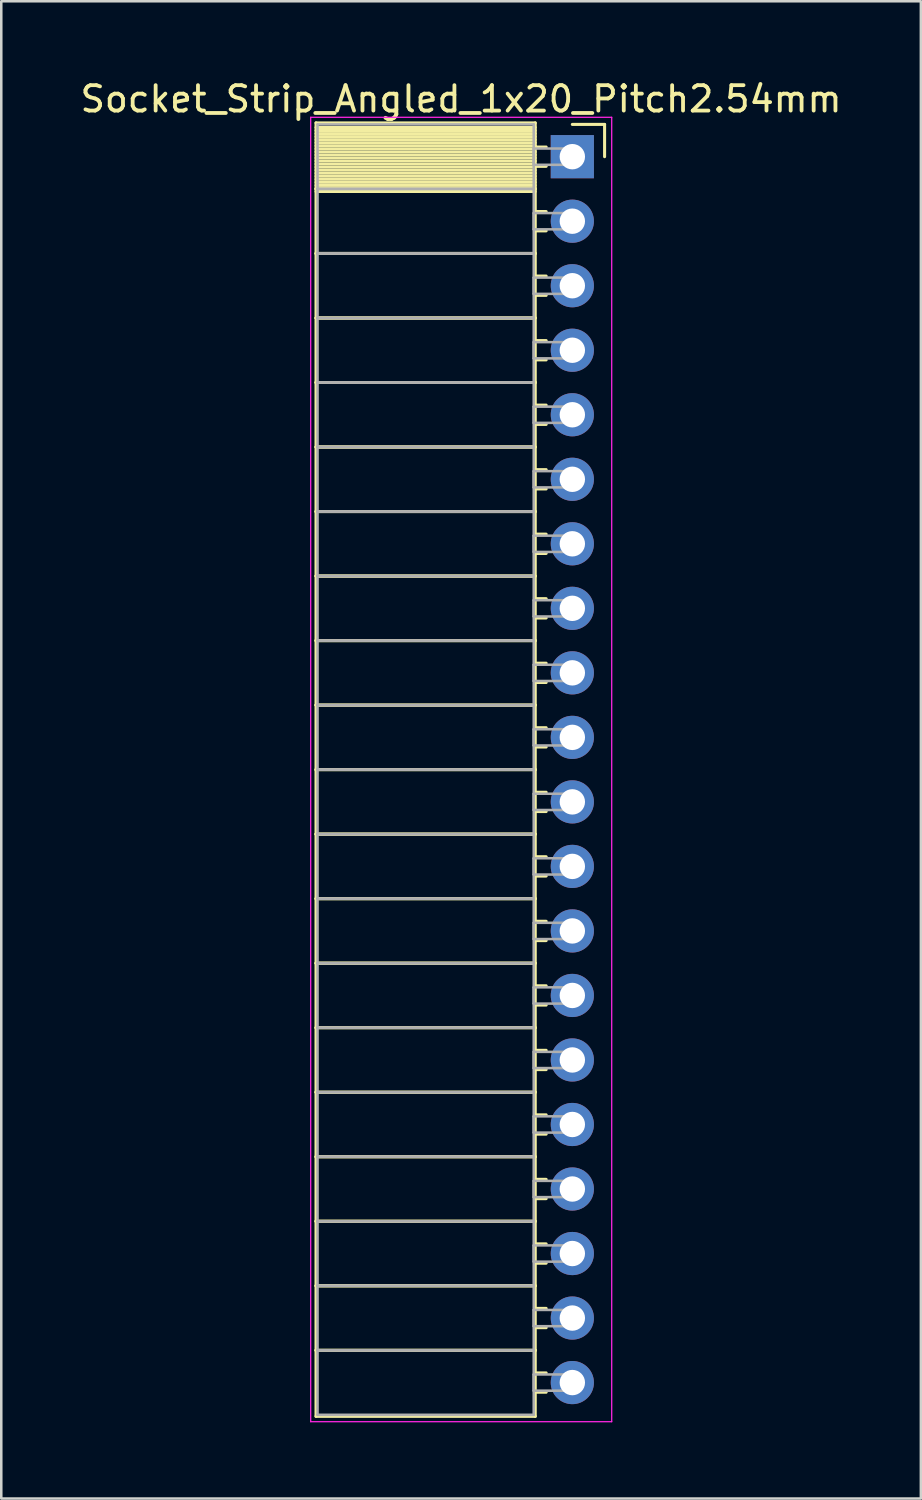
<source format=kicad_pcb>
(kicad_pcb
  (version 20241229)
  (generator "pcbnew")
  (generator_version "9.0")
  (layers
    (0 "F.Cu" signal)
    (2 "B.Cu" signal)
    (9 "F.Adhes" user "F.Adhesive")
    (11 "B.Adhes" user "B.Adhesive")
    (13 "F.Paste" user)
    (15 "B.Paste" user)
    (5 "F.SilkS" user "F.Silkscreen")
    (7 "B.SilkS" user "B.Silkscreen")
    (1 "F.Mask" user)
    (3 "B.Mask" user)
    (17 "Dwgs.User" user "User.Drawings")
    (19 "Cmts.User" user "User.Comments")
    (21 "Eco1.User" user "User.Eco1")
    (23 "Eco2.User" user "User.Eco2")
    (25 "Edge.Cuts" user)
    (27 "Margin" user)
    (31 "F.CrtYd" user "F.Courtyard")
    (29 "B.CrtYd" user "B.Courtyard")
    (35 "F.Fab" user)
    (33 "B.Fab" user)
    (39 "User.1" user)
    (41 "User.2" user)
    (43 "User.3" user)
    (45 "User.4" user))
  (footprint "Socket_Strip_Angled_1x20_Pitch2.54mm"
    (layer "F.Cu")
    (at 19.481 3.118)
    (property "Reference" "Socket_Strip_Angled_1x20_Pitch2.54mm" (at -4.38 -2.27 0) (layer "F.SilkS") (effects (font (size 1 1) (thickness 0.15))))
    (attr through_hole)
    (fp_line (start -10.09 -1.33) (end -1.46 -1.33) (stroke (width 0.12) (type solid)) (layer "F.SilkS"))
    (fp_line (start -10.09 1.27) (end -10.09 -1.33) (stroke (width 0.12) (type solid)) (layer "F.SilkS"))
    (fp_line (start -10.09 1.27) (end -1.46 1.27) (stroke (width 0.12) (type solid)) (layer "F.SilkS"))
    (fp_line (start -10.09 3.81) (end -10.09 1.27) (stroke (width 0.12) (type solid)) (layer "F.SilkS"))
    (fp_line (start -10.09 3.81) (end -1.46 3.81) (stroke (width 0.12) (type solid)) (layer "F.SilkS"))
    (fp_line (start -10.09 6.35) (end -10.09 3.81) (stroke (width 0.12) (type solid)) (layer "F.SilkS"))
    (fp_line (start -10.09 6.35) (end -1.46 6.35) (stroke (width 0.12) (type solid)) (layer "F.SilkS"))
    (fp_line (start -10.09 8.89) (end -10.09 6.35) (stroke (width 0.12) (type solid)) (layer "F.SilkS"))
    (fp_line (start -10.09 8.89) (end -1.46 8.89) (stroke (width 0.12) (type solid)) (layer "F.SilkS"))
    (fp_line (start -10.09 11.43) (end -10.09 8.89) (stroke (width 0.12) (type solid)) (layer "F.SilkS"))
    (fp_line (start -10.09 11.43) (end -1.46 11.43) (stroke (width 0.12) (type solid)) (layer "F.SilkS"))
    (fp_line (start -10.09 13.97) (end -10.09 11.43) (stroke (width 0.12) (type solid)) (layer "F.SilkS"))
    (fp_line (start -10.09 13.97) (end -1.46 13.97) (stroke (width 0.12) (type solid)) (layer "F.SilkS"))
    (fp_line (start -10.09 16.51) (end -10.09 13.97) (stroke (width 0.12) (type solid)) (layer "F.SilkS"))
    (fp_line (start -10.09 16.51) (end -1.46 16.51) (stroke (width 0.12) (type solid)) (layer "F.SilkS"))
    (fp_line (start -10.09 19.05) (end -10.09 16.51) (stroke (width 0.12) (type solid)) (layer "F.SilkS"))
    (fp_line (start -10.09 19.05) (end -1.46 19.05) (stroke (width 0.12) (type solid)) (layer "F.SilkS"))
    (fp_line (start -10.09 21.59) (end -10.09 19.05) (stroke (width 0.12) (type solid)) (layer "F.SilkS"))
    (fp_line (start -10.09 21.59) (end -1.46 21.59) (stroke (width 0.12) (type solid)) (layer "F.SilkS"))
    (fp_line (start -10.09 24.13) (end -10.09 21.59) (stroke (width 0.12) (type solid)) (layer "F.SilkS"))
    (fp_line (start -10.09 24.13) (end -1.46 24.13) (stroke (width 0.12) (type solid)) (layer "F.SilkS"))
    (fp_line (start -10.09 26.67) (end -10.09 24.13) (stroke (width 0.12) (type solid)) (layer "F.SilkS"))
    (fp_line (start -10.09 26.67) (end -1.46 26.67) (stroke (width 0.12) (type solid)) (layer "F.SilkS"))
    (fp_line (start -10.09 29.21) (end -10.09 26.67) (stroke (width 0.12) (type solid)) (layer "F.SilkS"))
    (fp_line (start -10.09 29.21) (end -1.46 29.21) (stroke (width 0.12) (type solid)) (layer "F.SilkS"))
    (fp_line (start -10.09 31.75) (end -10.09 29.21) (stroke (width 0.12) (type solid)) (layer "F.SilkS"))
    (fp_line (start -10.09 31.75) (end -1.46 31.75) (stroke (width 0.12) (type solid)) (layer "F.SilkS"))
    (fp_line (start -10.09 34.29) (end -10.09 31.75) (stroke (width 0.12) (type solid)) (layer "F.SilkS"))
    (fp_line (start -10.09 34.29) (end -1.46 34.29) (stroke (width 0.12) (type solid)) (layer "F.SilkS"))
    (fp_line (start -10.09 36.83) (end -10.09 34.29) (stroke (width 0.12) (type solid)) (layer "F.SilkS"))
    (fp_line (start -10.09 36.83) (end -1.46 36.83) (stroke (width 0.12) (type solid)) (layer "F.SilkS"))
    (fp_line (start -10.09 39.37) (end -10.09 36.83) (stroke (width 0.12) (type solid)) (layer "F.SilkS"))
    (fp_line (start -10.09 39.37) (end -1.46 39.37) (stroke (width 0.12) (type solid)) (layer "F.SilkS"))
    (fp_line (start -10.09 41.91) (end -10.09 39.37) (stroke (width 0.12) (type solid)) (layer "F.SilkS"))
    (fp_line (start -10.09 41.91) (end -1.46 41.91) (stroke (width 0.12) (type solid)) (layer "F.SilkS"))
    (fp_line (start -10.09 44.45) (end -10.09 41.91) (stroke (width 0.12) (type solid)) (layer "F.SilkS"))
    (fp_line (start -10.09 44.45) (end -1.46 44.45) (stroke (width 0.12) (type solid)) (layer "F.SilkS"))
    (fp_line (start -10.09 46.99) (end -10.09 44.45) (stroke (width 0.12) (type solid)) (layer "F.SilkS"))
    (fp_line (start -10.09 46.99) (end -1.46 46.99) (stroke (width 0.12) (type solid)) (layer "F.SilkS"))
    (fp_line (start -10.09 49.59) (end -10.09 46.99) (stroke (width 0.12) (type solid)) (layer "F.SilkS"))
    (fp_line (start -1.46 -1.33) (end -1.46 1.27) (stroke (width 0.12) (type solid)) (layer "F.SilkS"))
    (fp_line (start -1.46 -1.15) (end -10.09 -1.15) (stroke (width 0.12) (type solid)) (layer "F.SilkS"))
    (fp_line (start -1.46 -1.03) (end -10.09 -1.03) (stroke (width 0.12) (type solid)) (layer "F.SilkS"))
    (fp_line (start -1.46 -0.91) (end -10.09 -0.91) (stroke (width 0.12) (type solid)) (layer "F.SilkS"))
    (fp_line (start -1.46 -0.79) (end -10.09 -0.79) (stroke (width 0.12) (type solid)) (layer "F.SilkS"))
    (fp_line (start -1.46 -0.67) (end -10.09 -0.67) (stroke (width 0.12) (type solid)) (layer "F.SilkS"))
    (fp_line (start -1.46 -0.55) (end -10.09 -0.55) (stroke (width 0.12) (type solid)) (layer "F.SilkS"))
    (fp_line (start -1.46 -0.43) (end -10.09 -0.43) (stroke (width 0.12) (type solid)) (layer "F.SilkS"))
    (fp_line (start -1.46 -0.31) (end -10.09 -0.31) (stroke (width 0.12) (type solid)) (layer "F.SilkS"))
    (fp_line (start -1.46 -0.19) (end -10.09 -0.19) (stroke (width 0.12) (type solid)) (layer "F.SilkS"))
    (fp_line (start -1.46 -0.07) (end -10.09 -0.07) (stroke (width 0.12) (type solid)) (layer "F.SilkS"))
    (fp_line (start -1.46 0.05) (end -10.09 0.05) (stroke (width 0.12) (type solid)) (layer "F.SilkS"))
    (fp_line (start -1.46 0.17) (end -10.09 0.17) (stroke (width 0.12) (type solid)) (layer "F.SilkS"))
    (fp_line (start -1.46 0.29) (end -10.09 0.29) (stroke (width 0.12) (type solid)) (layer "F.SilkS"))
    (fp_line (start -1.46 0.41) (end -10.09 0.41) (stroke (width 0.12) (type solid)) (layer "F.SilkS"))
    (fp_line (start -1.46 0.53) (end -10.09 0.53) (stroke (width 0.12) (type solid)) (layer "F.SilkS"))
    (fp_line (start -1.46 0.65) (end -10.09 0.65) (stroke (width 0.12) (type solid)) (layer "F.SilkS"))
    (fp_line (start -1.46 0.77) (end -10.09 0.77) (stroke (width 0.12) (type solid)) (layer "F.SilkS"))
    (fp_line (start -1.46 0.89) (end -10.09 0.89) (stroke (width 0.12) (type solid)) (layer "F.SilkS"))
    (fp_line (start -1.46 1.01) (end -10.09 1.01) (stroke (width 0.12) (type solid)) (layer "F.SilkS"))
    (fp_line (start -1.46 1.13) (end -10.09 1.13) (stroke (width 0.12) (type solid)) (layer "F.SilkS"))
    (fp_line (start -1.46 1.25) (end -10.09 1.25) (stroke (width 0.12) (type solid)) (layer "F.SilkS"))
    (fp_line (start -1.46 1.27) (end -10.09 1.27) (stroke (width 0.12) (type solid)) (layer "F.SilkS"))
    (fp_line (start -1.46 1.27) (end -1.46 3.81) (stroke (width 0.12) (type solid)) (layer "F.SilkS"))
    (fp_line (start -1.46 1.37) (end -10.09 1.37) (stroke (width 0.12) (type solid)) (layer "F.SilkS"))
    (fp_line (start -1.46 3.81) (end -10.09 3.81) (stroke (width 0.12) (type solid)) (layer "F.SilkS"))
    (fp_line (start -1.46 3.81) (end -1.46 6.35) (stroke (width 0.12) (type solid)) (layer "F.SilkS"))
    (fp_line (start -1.46 6.35) (end -10.09 6.35) (stroke (width 0.12) (type solid)) (layer "F.SilkS"))
    (fp_line (start -1.46 6.35) (end -1.46 8.89) (stroke (width 0.12) (type solid)) (layer "F.SilkS"))
    (fp_line (start -1.46 8.89) (end -10.09 8.89) (stroke (width 0.12) (type solid)) (layer "F.SilkS"))
    (fp_line (start -1.46 8.89) (end -1.46 11.43) (stroke (width 0.12) (type solid)) (layer "F.SilkS"))
    (fp_line (start -1.46 11.43) (end -10.09 11.43) (stroke (width 0.12) (type solid)) (layer "F.SilkS"))
    (fp_line (start -1.46 11.43) (end -1.46 13.97) (stroke (width 0.12) (type solid)) (layer "F.SilkS"))
    (fp_line (start -1.46 13.97) (end -10.09 13.97) (stroke (width 0.12) (type solid)) (layer "F.SilkS"))
    (fp_line (start -1.46 13.97) (end -1.46 16.51) (stroke (width 0.12) (type solid)) (layer "F.SilkS"))
    (fp_line (start -1.46 16.51) (end -10.09 16.51) (stroke (width 0.12) (type solid)) (layer "F.SilkS"))
    (fp_line (start -1.46 16.51) (end -1.46 19.05) (stroke (width 0.12) (type solid)) (layer "F.SilkS"))
    (fp_line (start -1.46 19.05) (end -10.09 19.05) (stroke (width 0.12) (type solid)) (layer "F.SilkS"))
    (fp_line (start -1.46 19.05) (end -1.46 21.59) (stroke (width 0.12) (type solid)) (layer "F.SilkS"))
    (fp_line (start -1.46 21.59) (end -10.09 21.59) (stroke (width 0.12) (type solid)) (layer "F.SilkS"))
    (fp_line (start -1.46 21.59) (end -1.46 24.13) (stroke (width 0.12) (type solid)) (layer "F.SilkS"))
    (fp_line (start -1.46 24.13) (end -10.09 24.13) (stroke (width 0.12) (type solid)) (layer "F.SilkS"))
    (fp_line (start -1.46 24.13) (end -1.46 26.67) (stroke (width 0.12) (type solid)) (layer "F.SilkS"))
    (fp_line (start -1.46 26.67) (end -10.09 26.67) (stroke (width 0.12) (type solid)) (layer "F.SilkS"))
    (fp_line (start -1.46 26.67) (end -1.46 29.21) (stroke (width 0.12) (type solid)) (layer "F.SilkS"))
    (fp_line (start -1.46 29.21) (end -10.09 29.21) (stroke (width 0.12) (type solid)) (layer "F.SilkS"))
    (fp_line (start -1.46 29.21) (end -1.46 31.75) (stroke (width 0.12) (type solid)) (layer "F.SilkS"))
    (fp_line (start -1.46 31.75) (end -10.09 31.75) (stroke (width 0.12) (type solid)) (layer "F.SilkS"))
    (fp_line (start -1.46 31.75) (end -1.46 34.29) (stroke (width 0.12) (type solid)) (layer "F.SilkS"))
    (fp_line (start -1.46 34.29) (end -10.09 34.29) (stroke (width 0.12) (type solid)) (layer "F.SilkS"))
    (fp_line (start -1.46 34.29) (end -1.46 36.83) (stroke (width 0.12) (type solid)) (layer "F.SilkS"))
    (fp_line (start -1.46 36.83) (end -10.09 36.83) (stroke (width 0.12) (type solid)) (layer "F.SilkS"))
    (fp_line (start -1.46 36.83) (end -1.46 39.37) (stroke (width 0.12) (type solid)) (layer "F.SilkS"))
    (fp_line (start -1.46 39.37) (end -10.09 39.37) (stroke (width 0.12) (type solid)) (layer "F.SilkS"))
    (fp_line (start -1.46 39.37) (end -1.46 41.91) (stroke (width 0.12) (type solid)) (layer "F.SilkS"))
    (fp_line (start -1.46 41.91) (end -10.09 41.91) (stroke (width 0.12) (type solid)) (layer "F.SilkS"))
    (fp_line (start -1.46 41.91) (end -1.46 44.45) (stroke (width 0.12) (type solid)) (layer "F.SilkS"))
    (fp_line (start -1.46 44.45) (end -10.09 44.45) (stroke (width 0.12) (type solid)) (layer "F.SilkS"))
    (fp_line (start -1.46 44.45) (end -1.46 46.99) (stroke (width 0.12) (type solid)) (layer "F.SilkS"))
    (fp_line (start -1.46 46.99) (end -10.09 46.99) (stroke (width 0.12) (type solid)) (layer "F.SilkS"))
    (fp_line (start -1.46 46.99) (end -1.46 49.59) (stroke (width 0.12) (type solid)) (layer "F.SilkS"))
    (fp_line (start -1.46 49.59) (end -10.09 49.59) (stroke (width 0.12) (type solid)) (layer "F.SilkS"))
    (fp_line (start -1.03 -0.38) (end -1.46 -0.38) (stroke (width 0.12) (type solid)) (layer "F.SilkS"))
    (fp_line (start -1.03 0.38) (end -1.46 0.38) (stroke (width 0.12) (type solid)) (layer "F.SilkS"))
    (fp_line (start -1.03 2.16) (end -1.46 2.16) (stroke (width 0.12) (type solid)) (layer "F.SilkS"))
    (fp_line (start -1.03 2.92) (end -1.46 2.92) (stroke (width 0.12) (type solid)) (layer "F.SilkS"))
    (fp_line (start -1.03 4.7) (end -1.46 4.7) (stroke (width 0.12) (type solid)) (layer "F.SilkS"))
    (fp_line (start -1.03 5.46) (end -1.46 5.46) (stroke (width 0.12) (type solid)) (layer "F.SilkS"))
    (fp_line (start -1.03 7.24) (end -1.46 7.24) (stroke (width 0.12) (type solid)) (layer "F.SilkS"))
    (fp_line (start -1.03 8) (end -1.46 8) (stroke (width 0.12) (type solid)) (layer "F.SilkS"))
    (fp_line (start -1.03 9.78) (end -1.46 9.78) (stroke (width 0.12) (type solid)) (layer "F.SilkS"))
    (fp_line (start -1.03 10.54) (end -1.46 10.54) (stroke (width 0.12) (type solid)) (layer "F.SilkS"))
    (fp_line (start -1.03 12.32) (end -1.46 12.32) (stroke (width 0.12) (type solid)) (layer "F.SilkS"))
    (fp_line (start -1.03 13.08) (end -1.46 13.08) (stroke (width 0.12) (type solid)) (layer "F.SilkS"))
    (fp_line (start -1.03 14.86) (end -1.46 14.86) (stroke (width 0.12) (type solid)) (layer "F.SilkS"))
    (fp_line (start -1.03 15.62) (end -1.46 15.62) (stroke (width 0.12) (type solid)) (layer "F.SilkS"))
    (fp_line (start -1.03 17.4) (end -1.46 17.4) (stroke (width 0.12) (type solid)) (layer "F.SilkS"))
    (fp_line (start -1.03 18.16) (end -1.46 18.16) (stroke (width 0.12) (type solid)) (layer "F.SilkS"))
    (fp_line (start -1.03 19.94) (end -1.46 19.94) (stroke (width 0.12) (type solid)) (layer "F.SilkS"))
    (fp_line (start -1.03 20.7) (end -1.46 20.7) (stroke (width 0.12) (type solid)) (layer "F.SilkS"))
    (fp_line (start -1.03 22.48) (end -1.46 22.48) (stroke (width 0.12) (type solid)) (layer "F.SilkS"))
    (fp_line (start -1.03 23.24) (end -1.46 23.24) (stroke (width 0.12) (type solid)) (layer "F.SilkS"))
    (fp_line (start -1.03 25.02) (end -1.46 25.02) (stroke (width 0.12) (type solid)) (layer "F.SilkS"))
    (fp_line (start -1.03 25.78) (end -1.46 25.78) (stroke (width 0.12) (type solid)) (layer "F.SilkS"))
    (fp_line (start -1.03 27.56) (end -1.46 27.56) (stroke (width 0.12) (type solid)) (layer "F.SilkS"))
    (fp_line (start -1.03 28.32) (end -1.46 28.32) (stroke (width 0.12) (type solid)) (layer "F.SilkS"))
    (fp_line (start -1.03 30.1) (end -1.46 30.1) (stroke (width 0.12) (type solid)) (layer "F.SilkS"))
    (fp_line (start -1.03 30.86) (end -1.46 30.86) (stroke (width 0.12) (type solid)) (layer "F.SilkS"))
    (fp_line (start -1.03 32.64) (end -1.46 32.64) (stroke (width 0.12) (type solid)) (layer "F.SilkS"))
    (fp_line (start -1.03 33.4) (end -1.46 33.4) (stroke (width 0.12) (type solid)) (layer "F.SilkS"))
    (fp_line (start -1.03 35.18) (end -1.46 35.18) (stroke (width 0.12) (type solid)) (layer "F.SilkS"))
    (fp_line (start -1.03 35.94) (end -1.46 35.94) (stroke (width 0.12) (type solid)) (layer "F.SilkS"))
    (fp_line (start -1.03 37.72) (end -1.46 37.72) (stroke (width 0.12) (type solid)) (layer "F.SilkS"))
    (fp_line (start -1.03 38.48) (end -1.46 38.48) (stroke (width 0.12) (type solid)) (layer "F.SilkS"))
    (fp_line (start -1.03 40.26) (end -1.46 40.26) (stroke (width 0.12) (type solid)) (layer "F.SilkS"))
    (fp_line (start -1.03 41.02) (end -1.46 41.02) (stroke (width 0.12) (type solid)) (layer "F.SilkS"))
    (fp_line (start -1.03 42.8) (end -1.46 42.8) (stroke (width 0.12) (type solid)) (layer "F.SilkS"))
    (fp_line (start -1.03 43.56) (end -1.46 43.56) (stroke (width 0.12) (type solid)) (layer "F.SilkS"))
    (fp_line (start -1.03 45.34) (end -1.46 45.34) (stroke (width 0.12) (type solid)) (layer "F.SilkS"))
    (fp_line (start -1.03 46.1) (end -1.46 46.1) (stroke (width 0.12) (type solid)) (layer "F.SilkS"))
    (fp_line (start -1.03 47.88) (end -1.46 47.88) (stroke (width 0.12) (type solid)) (layer "F.SilkS"))
    (fp_line (start -1.03 48.64) (end -1.46 48.64) (stroke (width 0.12) (type solid)) (layer "F.SilkS"))
    (fp_line (start 0 -1.27) (end 1.27 -1.27) (stroke (width 0.12) (type solid)) (layer "F.SilkS"))
    (fp_line (start 1.27 -1.27) (end 1.27 0) (stroke (width 0.12) (type solid)) (layer "F.SilkS"))
    (fp_line (start -10.3 -1.55) (end 1.55 -1.55) (stroke (width 0.05) (type solid)) (layer "F.CrtYd"))
    (fp_line (start -10.3 49.8) (end -10.3 -1.55) (stroke (width 0.05) (type solid)) (layer "F.CrtYd"))
    (fp_line (start 1.55 -1.55) (end 1.55 49.8) (stroke (width 0.05) (type solid)) (layer "F.CrtYd"))
    (fp_line (start 1.55 49.8) (end -10.3 49.8) (stroke (width 0.05) (type solid)) (layer "F.CrtYd"))
    (fp_line (start -10.03 -1.27) (end -1.52 -1.27) (stroke (width 0.1) (type solid)) (layer "F.Fab"))
    (fp_line (start -10.03 1.27) (end -10.03 -1.27) (stroke (width 0.1) (type solid)) (layer "F.Fab"))
    (fp_line (start -10.03 1.27) (end -1.52 1.27) (stroke (width 0.1) (type solid)) (layer "F.Fab"))
    (fp_line (start -10.03 3.81) (end -10.03 1.27) (stroke (width 0.1) (type solid)) (layer "F.Fab"))
    (fp_line (start -10.03 3.81) (end -1.52 3.81) (stroke (width 0.1) (type solid)) (layer "F.Fab"))
    (fp_line (start -10.03 6.35) (end -10.03 3.81) (stroke (width 0.1) (type solid)) (layer "F.Fab"))
    (fp_line (start -10.03 6.35) (end -1.52 6.35) (stroke (width 0.1) (type solid)) (layer "F.Fab"))
    (fp_line (start -10.03 8.89) (end -10.03 6.35) (stroke (width 0.1) (type solid)) (layer "F.Fab"))
    (fp_line (start -10.03 8.89) (end -1.52 8.89) (stroke (width 0.1) (type solid)) (layer "F.Fab"))
    (fp_line (start -10.03 11.43) (end -10.03 8.89) (stroke (width 0.1) (type solid)) (layer "F.Fab"))
    (fp_line (start -10.03 11.43) (end -1.52 11.43) (stroke (width 0.1) (type solid)) (layer "F.Fab"))
    (fp_line (start -10.03 13.97) (end -10.03 11.43) (stroke (width 0.1) (type solid)) (layer "F.Fab"))
    (fp_line (start -10.03 13.97) (end -1.52 13.97) (stroke (width 0.1) (type solid)) (layer "F.Fab"))
    (fp_line (start -10.03 16.51) (end -10.03 13.97) (stroke (width 0.1) (type solid)) (layer "F.Fab"))
    (fp_line (start -10.03 16.51) (end -1.52 16.51) (stroke (width 0.1) (type solid)) (layer "F.Fab"))
    (fp_line (start -10.03 19.05) (end -10.03 16.51) (stroke (width 0.1) (type solid)) (layer "F.Fab"))
    (fp_line (start -10.03 19.05) (end -1.52 19.05) (stroke (width 0.1) (type solid)) (layer "F.Fab"))
    (fp_line (start -10.03 21.59) (end -10.03 19.05) (stroke (width 0.1) (type solid)) (layer "F.Fab"))
    (fp_line (start -10.03 21.59) (end -1.52 21.59) (stroke (width 0.1) (type solid)) (layer "F.Fab"))
    (fp_line (start -10.03 24.13) (end -10.03 21.59) (stroke (width 0.1) (type solid)) (layer "F.Fab"))
    (fp_line (start -10.03 24.13) (end -1.52 24.13) (stroke (width 0.1) (type solid)) (layer "F.Fab"))
    (fp_line (start -10.03 26.67) (end -10.03 24.13) (stroke (width 0.1) (type solid)) (layer "F.Fab"))
    (fp_line (start -10.03 26.67) (end -1.52 26.67) (stroke (width 0.1) (type solid)) (layer "F.Fab"))
    (fp_line (start -10.03 29.21) (end -10.03 26.67) (stroke (width 0.1) (type solid)) (layer "F.Fab"))
    (fp_line (start -10.03 29.21) (end -1.52 29.21) (stroke (width 0.1) (type solid)) (layer "F.Fab"))
    (fp_line (start -10.03 31.75) (end -10.03 29.21) (stroke (width 0.1) (type solid)) (layer "F.Fab"))
    (fp_line (start -10.03 31.75) (end -1.52 31.75) (stroke (width 0.1) (type solid)) (layer "F.Fab"))
    (fp_line (start -10.03 34.29) (end -10.03 31.75) (stroke (width 0.1) (type solid)) (layer "F.Fab"))
    (fp_line (start -10.03 34.29) (end -1.52 34.29) (stroke (width 0.1) (type solid)) (layer "F.Fab"))
    (fp_line (start -10.03 36.83) (end -10.03 34.29) (stroke (width 0.1) (type solid)) (layer "F.Fab"))
    (fp_line (start -10.03 36.83) (end -1.52 36.83) (stroke (width 0.1) (type solid)) (layer "F.Fab"))
    (fp_line (start -10.03 39.37) (end -10.03 36.83) (stroke (width 0.1) (type solid)) (layer "F.Fab"))
    (fp_line (start -10.03 39.37) (end -1.52 39.37) (stroke (width 0.1) (type solid)) (layer "F.Fab"))
    (fp_line (start -10.03 41.91) (end -10.03 39.37) (stroke (width 0.1) (type solid)) (layer "F.Fab"))
    (fp_line (start -10.03 41.91) (end -1.52 41.91) (stroke (width 0.1) (type solid)) (layer "F.Fab"))
    (fp_line (start -10.03 44.45) (end -10.03 41.91) (stroke (width 0.1) (type solid)) (layer "F.Fab"))
    (fp_line (start -10.03 44.45) (end -1.52 44.45) (stroke (width 0.1) (type solid)) (layer "F.Fab"))
    (fp_line (start -10.03 46.99) (end -10.03 44.45) (stroke (width 0.1) (type solid)) (layer "F.Fab"))
    (fp_line (start -10.03 46.99) (end -1.52 46.99) (stroke (width 0.1) (type solid)) (layer "F.Fab"))
    (fp_line (start -10.03 49.53) (end -10.03 46.99) (stroke (width 0.1) (type solid)) (layer "F.Fab"))
    (fp_line (start -1.52 -1.27) (end -1.52 1.27) (stroke (width 0.1) (type solid)) (layer "F.Fab"))
    (fp_line (start -1.52 -0.32) (end 0 -0.32) (stroke (width 0.1) (type solid)) (layer "F.Fab"))
    (fp_line (start -1.52 0.32) (end -1.52 -0.32) (stroke (width 0.1) (type solid)) (layer "F.Fab"))
    (fp_line (start -1.52 1.27) (end -10.03 1.27) (stroke (width 0.1) (type solid)) (layer "F.Fab"))
    (fp_line (start -1.52 1.27) (end -1.52 3.81) (stroke (width 0.1) (type solid)) (layer "F.Fab"))
    (fp_line (start -1.52 2.22) (end 0 2.22) (stroke (width 0.1) (type solid)) (layer "F.Fab"))
    (fp_line (start -1.52 2.86) (end -1.52 2.22) (stroke (width 0.1) (type solid)) (layer "F.Fab"))
    (fp_line (start -1.52 3.81) (end -10.03 3.81) (stroke (width 0.1) (type solid)) (layer "F.Fab"))
    (fp_line (start -1.52 3.81) (end -1.52 6.35) (stroke (width 0.1) (type solid)) (layer "F.Fab"))
    (fp_line (start -1.52 4.76) (end 0 4.76) (stroke (width 0.1) (type solid)) (layer "F.Fab"))
    (fp_line (start -1.52 5.4) (end -1.52 4.76) (stroke (width 0.1) (type solid)) (layer "F.Fab"))
    (fp_line (start -1.52 6.35) (end -10.03 6.35) (stroke (width 0.1) (type solid)) (layer "F.Fab"))
    (fp_line (start -1.52 6.35) (end -1.52 8.89) (stroke (width 0.1) (type solid)) (layer "F.Fab"))
    (fp_line (start -1.52 7.3) (end 0 7.3) (stroke (width 0.1) (type solid)) (layer "F.Fab"))
    (fp_line (start -1.52 7.94) (end -1.52 7.3) (stroke (width 0.1) (type solid)) (layer "F.Fab"))
    (fp_line (start -1.52 8.89) (end -10.03 8.89) (stroke (width 0.1) (type solid)) (layer "F.Fab"))
    (fp_line (start -1.52 8.89) (end -1.52 11.43) (stroke (width 0.1) (type solid)) (layer "F.Fab"))
    (fp_line (start -1.52 9.84) (end 0 9.84) (stroke (width 0.1) (type solid)) (layer "F.Fab"))
    (fp_line (start -1.52 10.48) (end -1.52 9.84) (stroke (width 0.1) (type solid)) (layer "F.Fab"))
    (fp_line (start -1.52 11.43) (end -10.03 11.43) (stroke (width 0.1) (type solid)) (layer "F.Fab"))
    (fp_line (start -1.52 11.43) (end -1.52 13.97) (stroke (width 0.1) (type solid)) (layer "F.Fab"))
    (fp_line (start -1.52 12.38) (end 0 12.38) (stroke (width 0.1) (type solid)) (layer "F.Fab"))
    (fp_line (start -1.52 13.02) (end -1.52 12.38) (stroke (width 0.1) (type solid)) (layer "F.Fab"))
    (fp_line (start -1.52 13.97) (end -10.03 13.97) (stroke (width 0.1) (type solid)) (layer "F.Fab"))
    (fp_line (start -1.52 13.97) (end -1.52 16.51) (stroke (width 0.1) (type solid)) (layer "F.Fab"))
    (fp_line (start -1.52 14.92) (end 0 14.92) (stroke (width 0.1) (type solid)) (layer "F.Fab"))
    (fp_line (start -1.52 15.56) (end -1.52 14.92) (stroke (width 0.1) (type solid)) (layer "F.Fab"))
    (fp_line (start -1.52 16.51) (end -10.03 16.51) (stroke (width 0.1) (type solid)) (layer "F.Fab"))
    (fp_line (start -1.52 16.51) (end -1.52 19.05) (stroke (width 0.1) (type solid)) (layer "F.Fab"))
    (fp_line (start -1.52 17.46) (end 0 17.46) (stroke (width 0.1) (type solid)) (layer "F.Fab"))
    (fp_line (start -1.52 18.1) (end -1.52 17.46) (stroke (width 0.1) (type solid)) (layer "F.Fab"))
    (fp_line (start -1.52 19.05) (end -10.03 19.05) (stroke (width 0.1) (type solid)) (layer "F.Fab"))
    (fp_line (start -1.52 19.05) (end -1.52 21.59) (stroke (width 0.1) (type solid)) (layer "F.Fab"))
    (fp_line (start -1.52 20) (end 0 20) (stroke (width 0.1) (type solid)) (layer "F.Fab"))
    (fp_line (start -1.52 20.64) (end -1.52 20) (stroke (width 0.1) (type solid)) (layer "F.Fab"))
    (fp_line (start -1.52 21.59) (end -10.03 21.59) (stroke (width 0.1) (type solid)) (layer "F.Fab"))
    (fp_line (start -1.52 21.59) (end -1.52 24.13) (stroke (width 0.1) (type solid)) (layer "F.Fab"))
    (fp_line (start -1.52 22.54) (end 0 22.54) (stroke (width 0.1) (type solid)) (layer "F.Fab"))
    (fp_line (start -1.52 23.18) (end -1.52 22.54) (stroke (width 0.1) (type solid)) (layer "F.Fab"))
    (fp_line (start -1.52 24.13) (end -10.03 24.13) (stroke (width 0.1) (type solid)) (layer "F.Fab"))
    (fp_line (start -1.52 24.13) (end -1.52 26.67) (stroke (width 0.1) (type solid)) (layer "F.Fab"))
    (fp_line (start -1.52 25.08) (end 0 25.08) (stroke (width 0.1) (type solid)) (layer "F.Fab"))
    (fp_line (start -1.52 25.72) (end -1.52 25.08) (stroke (width 0.1) (type solid)) (layer "F.Fab"))
    (fp_line (start -1.52 26.67) (end -10.03 26.67) (stroke (width 0.1) (type solid)) (layer "F.Fab"))
    (fp_line (start -1.52 26.67) (end -1.52 29.21) (stroke (width 0.1) (type solid)) (layer "F.Fab"))
    (fp_line (start -1.52 27.62) (end 0 27.62) (stroke (width 0.1) (type solid)) (layer "F.Fab"))
    (fp_line (start -1.52 28.26) (end -1.52 27.62) (stroke (width 0.1) (type solid)) (layer "F.Fab"))
    (fp_line (start -1.52 29.21) (end -10.03 29.21) (stroke (width 0.1) (type solid)) (layer "F.Fab"))
    (fp_line (start -1.52 29.21) (end -1.52 31.75) (stroke (width 0.1) (type solid)) (layer "F.Fab"))
    (fp_line (start -1.52 30.16) (end 0 30.16) (stroke (width 0.1) (type solid)) (layer "F.Fab"))
    (fp_line (start -1.52 30.8) (end -1.52 30.16) (stroke (width 0.1) (type solid)) (layer "F.Fab"))
    (fp_line (start -1.52 31.75) (end -10.03 31.75) (stroke (width 0.1) (type solid)) (layer "F.Fab"))
    (fp_line (start -1.52 31.75) (end -1.52 34.29) (stroke (width 0.1) (type solid)) (layer "F.Fab"))
    (fp_line (start -1.52 32.7) (end 0 32.7) (stroke (width 0.1) (type solid)) (layer "F.Fab"))
    (fp_line (start -1.52 33.34) (end -1.52 32.7) (stroke (width 0.1) (type solid)) (layer "F.Fab"))
    (fp_line (start -1.52 34.29) (end -10.03 34.29) (stroke (width 0.1) (type solid)) (layer "F.Fab"))
    (fp_line (start -1.52 34.29) (end -1.52 36.83) (stroke (width 0.1) (type solid)) (layer "F.Fab"))
    (fp_line (start -1.52 35.24) (end 0 35.24) (stroke (width 0.1) (type solid)) (layer "F.Fab"))
    (fp_line (start -1.52 35.88) (end -1.52 35.24) (stroke (width 0.1) (type solid)) (layer "F.Fab"))
    (fp_line (start -1.52 36.83) (end -10.03 36.83) (stroke (width 0.1) (type solid)) (layer "F.Fab"))
    (fp_line (start -1.52 36.83) (end -1.52 39.37) (stroke (width 0.1) (type solid)) (layer "F.Fab"))
    (fp_line (start -1.52 37.78) (end 0 37.78) (stroke (width 0.1) (type solid)) (layer "F.Fab"))
    (fp_line (start -1.52 38.42) (end -1.52 37.78) (stroke (width 0.1) (type solid)) (layer "F.Fab"))
    (fp_line (start -1.52 39.37) (end -10.03 39.37) (stroke (width 0.1) (type solid)) (layer "F.Fab"))
    (fp_line (start -1.52 39.37) (end -1.52 41.91) (stroke (width 0.1) (type solid)) (layer "F.Fab"))
    (fp_line (start -1.52 40.32) (end 0 40.32) (stroke (width 0.1) (type solid)) (layer "F.Fab"))
    (fp_line (start -1.52 40.96) (end -1.52 40.32) (stroke (width 0.1) (type solid)) (layer "F.Fab"))
    (fp_line (start -1.52 41.91) (end -10.03 41.91) (stroke (width 0.1) (type solid)) (layer "F.Fab"))
    (fp_line (start -1.52 41.91) (end -1.52 44.45) (stroke (width 0.1) (type solid)) (layer "F.Fab"))
    (fp_line (start -1.52 42.86) (end 0 42.86) (stroke (width 0.1) (type solid)) (layer "F.Fab"))
    (fp_line (start -1.52 43.5) (end -1.52 42.86) (stroke (width 0.1) (type solid)) (layer "F.Fab"))
    (fp_line (start -1.52 44.45) (end -10.03 44.45) (stroke (width 0.1) (type solid)) (layer "F.Fab"))
    (fp_line (start -1.52 44.45) (end -1.52 46.99) (stroke (width 0.1) (type solid)) (layer "F.Fab"))
    (fp_line (start -1.52 45.4) (end 0 45.4) (stroke (width 0.1) (type solid)) (layer "F.Fab"))
    (fp_line (start -1.52 46.04) (end -1.52 45.4) (stroke (width 0.1) (type solid)) (layer "F.Fab"))
    (fp_line (start -1.52 46.99) (end -10.03 46.99) (stroke (width 0.1) (type solid)) (layer "F.Fab"))
    (fp_line (start -1.52 46.99) (end -1.52 49.53) (stroke (width 0.1) (type solid)) (layer "F.Fab"))
    (fp_line (start -1.52 47.94) (end 0 47.94) (stroke (width 0.1) (type solid)) (layer "F.Fab"))
    (fp_line (start -1.52 48.58) (end -1.52 47.94) (stroke (width 0.1) (type solid)) (layer "F.Fab"))
    (fp_line (start -1.52 49.53) (end -10.03 49.53) (stroke (width 0.1) (type solid)) (layer "F.Fab"))
    (fp_line (start 0 -0.32) (end 0 0.32) (stroke (width 0.1) (type solid)) (layer "F.Fab"))
    (fp_line (start 0 0.32) (end -1.52 0.32) (stroke (width 0.1) (type solid)) (layer "F.Fab"))
    (fp_line (start 0 2.22) (end 0 2.86) (stroke (width 0.1) (type solid)) (layer "F.Fab"))
    (fp_line (start 0 2.86) (end -1.52 2.86) (stroke (width 0.1) (type solid)) (layer "F.Fab"))
    (fp_line (start 0 4.76) (end 0 5.4) (stroke (width 0.1) (type solid)) (layer "F.Fab"))
    (fp_line (start 0 5.4) (end -1.52 5.4) (stroke (width 0.1) (type solid)) (layer "F.Fab"))
    (fp_line (start 0 7.3) (end 0 7.94) (stroke (width 0.1) (type solid)) (layer "F.Fab"))
    (fp_line (start 0 7.94) (end -1.52 7.94) (stroke (width 0.1) (type solid)) (layer "F.Fab"))
    (fp_line (start 0 9.84) (end 0 10.48) (stroke (width 0.1) (type solid)) (layer "F.Fab"))
    (fp_line (start 0 10.48) (end -1.52 10.48) (stroke (width 0.1) (type solid)) (layer "F.Fab"))
    (fp_line (start 0 12.38) (end 0 13.02) (stroke (width 0.1) (type solid)) (layer "F.Fab"))
    (fp_line (start 0 13.02) (end -1.52 13.02) (stroke (width 0.1) (type solid)) (layer "F.Fab"))
    (fp_line (start 0 14.92) (end 0 15.56) (stroke (width 0.1) (type solid)) (layer "F.Fab"))
    (fp_line (start 0 15.56) (end -1.52 15.56) (stroke (width 0.1) (type solid)) (layer "F.Fab"))
    (fp_line (start 0 17.46) (end 0 18.1) (stroke (width 0.1) (type solid)) (layer "F.Fab"))
    (fp_line (start 0 18.1) (end -1.52 18.1) (stroke (width 0.1) (type solid)) (layer "F.Fab"))
    (fp_line (start 0 20) (end 0 20.64) (stroke (width 0.1) (type solid)) (layer "F.Fab"))
    (fp_line (start 0 20.64) (end -1.52 20.64) (stroke (width 0.1) (type solid)) (layer "F.Fab"))
    (fp_line (start 0 22.54) (end 0 23.18) (stroke (width 0.1) (type solid)) (layer "F.Fab"))
    (fp_line (start 0 23.18) (end -1.52 23.18) (stroke (width 0.1) (type solid)) (layer "F.Fab"))
    (fp_line (start 0 25.08) (end 0 25.72) (stroke (width 0.1) (type solid)) (layer "F.Fab"))
    (fp_line (start 0 25.72) (end -1.52 25.72) (stroke (width 0.1) (type solid)) (layer "F.Fab"))
    (fp_line (start 0 27.62) (end 0 28.26) (stroke (width 0.1) (type solid)) (layer "F.Fab"))
    (fp_line (start 0 28.26) (end -1.52 28.26) (stroke (width 0.1) (type solid)) (layer "F.Fab"))
    (fp_line (start 0 30.16) (end 0 30.8) (stroke (width 0.1) (type solid)) (layer "F.Fab"))
    (fp_line (start 0 30.8) (end -1.52 30.8) (stroke (width 0.1) (type solid)) (layer "F.Fab"))
    (fp_line (start 0 32.7) (end 0 33.34) (stroke (width 0.1) (type solid)) (layer "F.Fab"))
    (fp_line (start 0 33.34) (end -1.52 33.34) (stroke (width 0.1) (type solid)) (layer "F.Fab"))
    (fp_line (start 0 35.24) (end 0 35.88) (stroke (width 0.1) (type solid)) (layer "F.Fab"))
    (fp_line (start 0 35.88) (end -1.52 35.88) (stroke (width 0.1) (type solid)) (layer "F.Fab"))
    (fp_line (start 0 37.78) (end 0 38.42) (stroke (width 0.1) (type solid)) (layer "F.Fab"))
    (fp_line (start 0 38.42) (end -1.52 38.42) (stroke (width 0.1) (type solid)) (layer "F.Fab"))
    (fp_line (start 0 40.32) (end 0 40.96) (stroke (width 0.1) (type solid)) (layer "F.Fab"))
    (fp_line (start 0 40.96) (end -1.52 40.96) (stroke (width 0.1) (type solid)) (layer "F.Fab"))
    (fp_line (start 0 42.86) (end 0 43.5) (stroke (width 0.1) (type solid)) (layer "F.Fab"))
    (fp_line (start 0 43.5) (end -1.52 43.5) (stroke (width 0.1) (type solid)) (layer "F.Fab"))
    (fp_line (start 0 45.4) (end 0 46.04) (stroke (width 0.1) (type solid)) (layer "F.Fab"))
    (fp_line (start 0 46.04) (end -1.52 46.04) (stroke (width 0.1) (type solid)) (layer "F.Fab"))
    (fp_line (start 0 47.94) (end 0 48.58) (stroke (width 0.1) (type solid)) (layer "F.Fab"))
    (fp_line (start 0 48.58) (end -1.52 48.58) (stroke (width 0.1) (type solid)) (layer "F.Fab"))
    (pad "1" thru_hole rect (at 0 0) (size 1.7 1.7) (drill 1) (layers "*.Cu" "*.Mask"))
    (pad "2" thru_hole oval (at 0 2.54) (size 1.7 1.7) (drill 1) (layers "*.Cu" "*.Mask"))
    (pad "3" thru_hole oval (at 0 5.08) (size 1.7 1.7) (drill 1) (layers "*.Cu" "*.Mask"))
    (pad "4" thru_hole oval (at 0 7.62) (size 1.7 1.7) (drill 1) (layers "*.Cu" "*.Mask"))
    (pad "5" thru_hole oval (at 0 10.16) (size 1.7 1.7) (drill 1) (layers "*.Cu" "*.Mask"))
    (pad "6" thru_hole oval (at 0 12.7) (size 1.7 1.7) (drill 1) (layers "*.Cu" "*.Mask"))
    (pad "7" thru_hole oval (at 0 15.24) (size 1.7 1.7) (drill 1) (layers "*.Cu" "*.Mask"))
    (pad "8" thru_hole oval (at 0 17.78) (size 1.7 1.7) (drill 1) (layers "*.Cu" "*.Mask"))
    (pad "9" thru_hole oval (at 0 20.32) (size 1.7 1.7) (drill 1) (layers "*.Cu" "*.Mask"))
    (pad "10" thru_hole oval (at 0 22.86) (size 1.7 1.7) (drill 1) (layers "*.Cu" "*.Mask"))
    (pad "11" thru_hole oval (at 0 25.4) (size 1.7 1.7) (drill 1) (layers "*.Cu" "*.Mask"))
    (pad "12" thru_hole oval (at 0 27.94) (size 1.7 1.7) (drill 1) (layers "*.Cu" "*.Mask"))
    (pad "13" thru_hole oval (at 0 30.48) (size 1.7 1.7) (drill 1) (layers "*.Cu" "*.Mask"))
    (pad "14" thru_hole oval (at 0 33.02) (size 1.7 1.7) (drill 1) (layers "*.Cu" "*.Mask"))
    (pad "15" thru_hole oval (at 0 35.56) (size 1.7 1.7) (drill 1) (layers "*.Cu" "*.Mask"))
    (pad "16" thru_hole oval (at 0 38.1) (size 1.7 1.7) (drill 1) (layers "*.Cu" "*.Mask"))
    (pad "17" thru_hole oval (at 0 40.64) (size 1.7 1.7) (drill 1) (layers "*.Cu" "*.Mask"))
    (pad "18" thru_hole oval (at 0 43.18) (size 1.7 1.7) (drill 1) (layers "*.Cu" "*.Mask"))
    (pad "19" thru_hole oval (at 0 45.72) (size 1.7 1.7) (drill 1) (layers "*.Cu" "*.Mask"))
    (pad "20" thru_hole oval (at 0 48.26) (size 1.7 1.7) (drill 1) (layers "*.Cu" "*.Mask")))
  (gr_rect
    (start -3 -3)
    (end 33.202 55.943)
    (stroke (width 0.1) (type default))
    (fill no)
    (layer "Edge.Cuts")))
</source>
